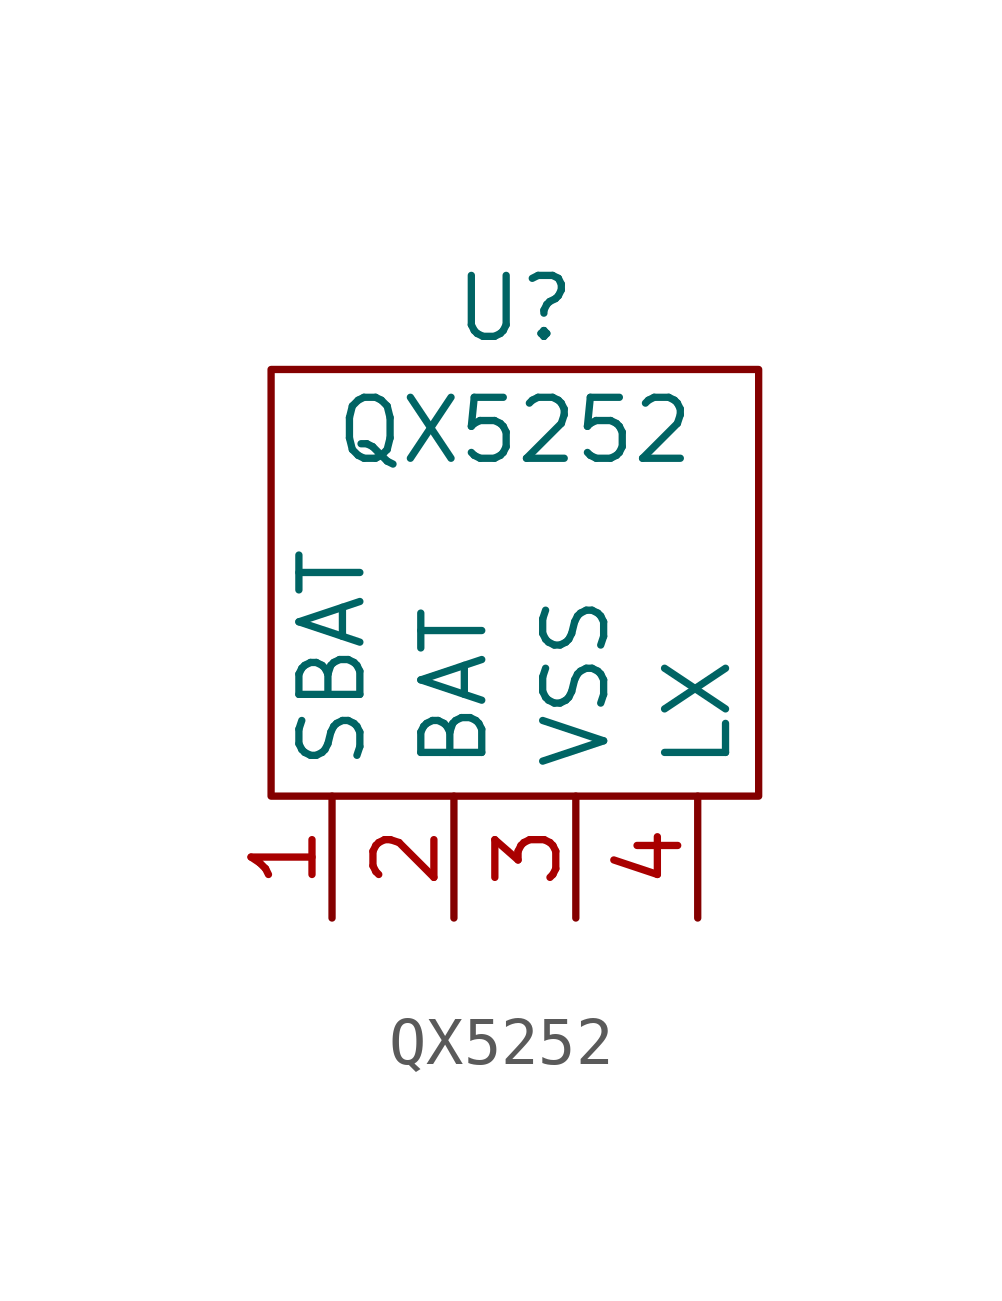
<source format=kicad_sym>
(kicad_symbol_lib
  (version 20211014)
  (generator kicad_symbol_editor)
  (symbol "QX5252"
    (property "Reference" "U"
      (at 0 6.35 0)
      (effects (font (size 1.27 1.27))))
    (property "Value" "QX5252"
      (at 0 3.81 0)
      (effects (font (size 1.27 1.27))))
    (symbol "QX5252_0_1"
      (rectangle (start -5.08 5.08) (end 5.08 -3.81) (stroke (width 0) (type default) (color 0 0 0 0)) (fill (type none))))
    (symbol "QX5252_1_1"
      (pin power_out line (at -3.81 -6.35 90) (length 2.54) (name "SBAT" (effects (font (size 1.27 1.27)))) (number "1" (effects (font (size 1.27 1.27)))))
      (pin power_out line (at -1.27 -6.35 90) (length 2.54) (name "BAT" (effects (font (size 1.27 1.27)))) (number "2" (effects (font (size 1.27 1.27)))))
      (pin power_out line (at 1.27 -6.35 90) (length 2.54) (name "VSS" (effects (font (size 1.27 1.27)))) (number "3" (effects (font (size 1.27 1.27)))))
      (pin input line (at 3.81 -6.35 90) (length 2.54) (name "LX" (effects (font (size 1.27 1.27)))) (number "4" (effects (font (size 1.27 1.27))))))))
</source>
